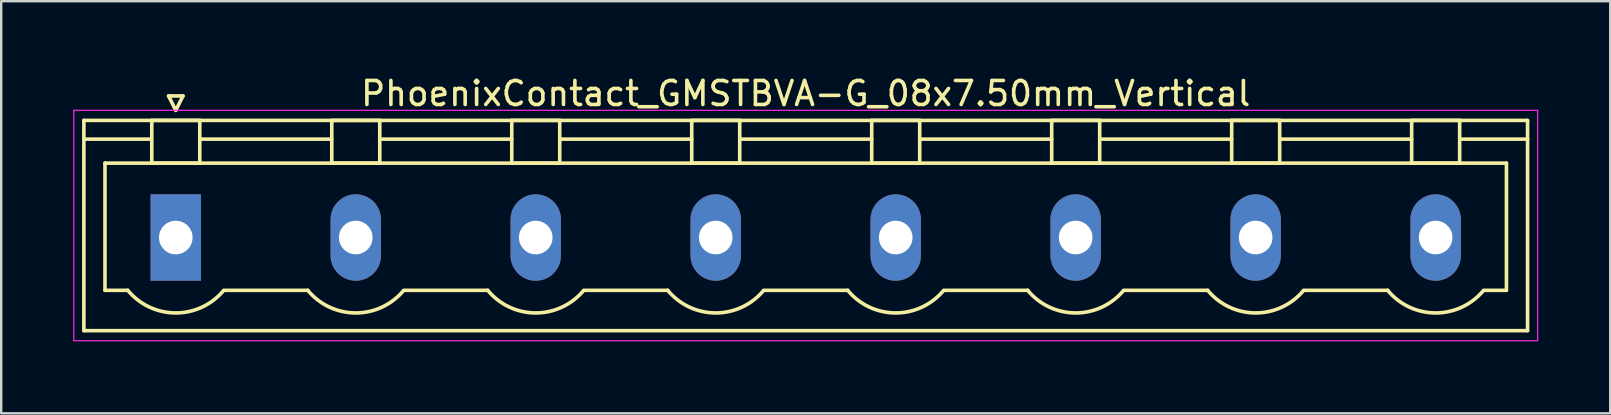
<source format=kicad_pcb>
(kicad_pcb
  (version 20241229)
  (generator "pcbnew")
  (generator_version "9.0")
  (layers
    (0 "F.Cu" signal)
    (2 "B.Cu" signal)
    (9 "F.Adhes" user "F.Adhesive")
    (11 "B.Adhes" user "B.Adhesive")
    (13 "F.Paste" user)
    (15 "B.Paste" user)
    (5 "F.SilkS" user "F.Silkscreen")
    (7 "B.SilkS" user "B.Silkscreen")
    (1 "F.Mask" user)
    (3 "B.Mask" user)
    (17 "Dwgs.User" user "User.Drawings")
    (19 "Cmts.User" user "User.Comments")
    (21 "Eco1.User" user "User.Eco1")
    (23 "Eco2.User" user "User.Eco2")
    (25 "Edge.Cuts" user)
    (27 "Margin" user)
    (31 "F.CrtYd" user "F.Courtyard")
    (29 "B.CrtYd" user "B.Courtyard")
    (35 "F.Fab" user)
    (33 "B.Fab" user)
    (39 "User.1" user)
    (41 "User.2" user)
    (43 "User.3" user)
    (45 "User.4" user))
  (footprint "PhoenixContact_GMSTBVA-G_08x7.50mm_Vertical"
    (layer "F.Cu")
    (at 4.275 6.848)
    (property "Reference" "PhoenixContact_GMSTBVA-G_08x7.50mm_Vertical" (at 26.25 -6 0) (layer "F.SilkS") (effects (font (size 1 1) (thickness 0.15))))
    (attr through_hole)
    (fp_line (start -3.83 -4.88) (end -3.83 3.88) (stroke (width 0.15) (type solid)) (layer "F.SilkS"))
    (fp_line (start -3.83 -4.1) (end -1.08 -4.1) (stroke (width 0.15) (type solid)) (layer "F.SilkS"))
    (fp_line (start -3.83 3.88) (end 56.33 3.88) (stroke (width 0.15) (type solid)) (layer "F.SilkS"))
    (fp_line (start -2.95 -3.1) (end 55.45 -3.1) (stroke (width 0.15) (type solid)) (layer "F.SilkS"))
    (fp_line (start -2.95 2.2) (end -2.95 -3.1) (stroke (width 0.15) (type solid)) (layer "F.SilkS"))
    (fp_line (start -2 2.2) (end -2.95 2.2) (stroke (width 0.15) (type solid)) (layer "F.SilkS"))
    (fp_line (start -1 -4.88) (end 1 -4.88) (stroke (width 0.15) (type solid)) (layer "F.SilkS"))
    (fp_line (start -1 -3.1) (end -1 -4.88) (stroke (width 0.15) (type solid)) (layer "F.SilkS"))
    (fp_line (start -0.3 -5.9) (end 0 -5.3) (stroke (width 0.15) (type solid)) (layer "F.SilkS"))
    (fp_line (start 0 -5.3) (end 0.3 -5.9) (stroke (width 0.15) (type solid)) (layer "F.SilkS"))
    (fp_line (start 0.3 -5.9) (end -0.3 -5.9) (stroke (width 0.15) (type solid)) (layer "F.SilkS"))
    (fp_line (start 1 -4.88) (end 1 -3.1) (stroke (width 0.15) (type solid)) (layer "F.SilkS"))
    (fp_line (start 1 -4.1) (end 6.5 -4.1) (stroke (width 0.15) (type solid)) (layer "F.SilkS"))
    (fp_line (start 1 -3.1) (end -1 -3.1) (stroke (width 0.15) (type solid)) (layer "F.SilkS"))
    (fp_line (start 2 2.2) (end 5.5 2.2) (stroke (width 0.15) (type solid)) (layer "F.SilkS"))
    (fp_line (start 6.5 -4.88) (end 8.5 -4.88) (stroke (width 0.15) (type solid)) (layer "F.SilkS"))
    (fp_line (start 6.5 -3.1) (end 6.5 -4.88) (stroke (width 0.15) (type solid)) (layer "F.SilkS"))
    (fp_line (start 8.5 -4.88) (end 8.5 -3.1) (stroke (width 0.15) (type solid)) (layer "F.SilkS"))
    (fp_line (start 8.5 -4.1) (end 14 -4.1) (stroke (width 0.15) (type solid)) (layer "F.SilkS"))
    (fp_line (start 8.5 -3.1) (end 6.5 -3.1) (stroke (width 0.15) (type solid)) (layer "F.SilkS"))
    (fp_line (start 9.5 2.2) (end 13 2.2) (stroke (width 0.15) (type solid)) (layer "F.SilkS"))
    (fp_line (start 14 -4.88) (end 16 -4.88) (stroke (width 0.15) (type solid)) (layer "F.SilkS"))
    (fp_line (start 14 -3.1) (end 14 -4.88) (stroke (width 0.15) (type solid)) (layer "F.SilkS"))
    (fp_line (start 16 -4.88) (end 16 -3.1) (stroke (width 0.15) (type solid)) (layer "F.SilkS"))
    (fp_line (start 16 -4.1) (end 21.5 -4.1) (stroke (width 0.15) (type solid)) (layer "F.SilkS"))
    (fp_line (start 16 -3.1) (end 14 -3.1) (stroke (width 0.15) (type solid)) (layer "F.SilkS"))
    (fp_line (start 17 2.2) (end 20.5 2.2) (stroke (width 0.15) (type solid)) (layer "F.SilkS"))
    (fp_line (start 21.5 -4.88) (end 23.5 -4.88) (stroke (width 0.15) (type solid)) (layer "F.SilkS"))
    (fp_line (start 21.5 -3.1) (end 21.5 -4.88) (stroke (width 0.15) (type solid)) (layer "F.SilkS"))
    (fp_line (start 23.5 -4.88) (end 23.5 -3.1) (stroke (width 0.15) (type solid)) (layer "F.SilkS"))
    (fp_line (start 23.5 -4.1) (end 29 -4.1) (stroke (width 0.15) (type solid)) (layer "F.SilkS"))
    (fp_line (start 23.5 -3.1) (end 21.5 -3.1) (stroke (width 0.15) (type solid)) (layer "F.SilkS"))
    (fp_line (start 24.5 2.2) (end 28 2.2) (stroke (width 0.15) (type solid)) (layer "F.SilkS"))
    (fp_line (start 29 -4.88) (end 31 -4.88) (stroke (width 0.15) (type solid)) (layer "F.SilkS"))
    (fp_line (start 29 -3.1) (end 29 -4.88) (stroke (width 0.15) (type solid)) (layer "F.SilkS"))
    (fp_line (start 31 -4.88) (end 31 -3.1) (stroke (width 0.15) (type solid)) (layer "F.SilkS"))
    (fp_line (start 31 -4.1) (end 36.5 -4.1) (stroke (width 0.15) (type solid)) (layer "F.SilkS"))
    (fp_line (start 31 -3.1) (end 29 -3.1) (stroke (width 0.15) (type solid)) (layer "F.SilkS"))
    (fp_line (start 32 2.2) (end 35.5 2.2) (stroke (width 0.15) (type solid)) (layer "F.SilkS"))
    (fp_line (start 36.5 -4.88) (end 38.5 -4.88) (stroke (width 0.15) (type solid)) (layer "F.SilkS"))
    (fp_line (start 36.5 -3.1) (end 36.5 -4.88) (stroke (width 0.15) (type solid)) (layer "F.SilkS"))
    (fp_line (start 38.5 -4.88) (end 38.5 -3.1) (stroke (width 0.15) (type solid)) (layer "F.SilkS"))
    (fp_line (start 38.5 -4.1) (end 44 -4.1) (stroke (width 0.15) (type solid)) (layer "F.SilkS"))
    (fp_line (start 38.5 -3.1) (end 36.5 -3.1) (stroke (width 0.15) (type solid)) (layer "F.SilkS"))
    (fp_line (start 39.5 2.2) (end 43 2.2) (stroke (width 0.15) (type solid)) (layer "F.SilkS"))
    (fp_line (start 44 -4.88) (end 46 -4.88) (stroke (width 0.15) (type solid)) (layer "F.SilkS"))
    (fp_line (start 44 -3.1) (end 44 -4.88) (stroke (width 0.15) (type solid)) (layer "F.SilkS"))
    (fp_line (start 46 -4.88) (end 46 -3.1) (stroke (width 0.15) (type solid)) (layer "F.SilkS"))
    (fp_line (start 46 -4.1) (end 51.5 -4.1) (stroke (width 0.15) (type solid)) (layer "F.SilkS"))
    (fp_line (start 46 -3.1) (end 44 -3.1) (stroke (width 0.15) (type solid)) (layer "F.SilkS"))
    (fp_line (start 47 2.2) (end 50.5 2.2) (stroke (width 0.15) (type solid)) (layer "F.SilkS"))
    (fp_line (start 51.5 -4.88) (end 53.5 -4.88) (stroke (width 0.15) (type solid)) (layer "F.SilkS"))
    (fp_line (start 51.5 -3.1) (end 51.5 -4.88) (stroke (width 0.15) (type solid)) (layer "F.SilkS"))
    (fp_line (start 53.5 -4.88) (end 53.5 -3.1) (stroke (width 0.15) (type solid)) (layer "F.SilkS"))
    (fp_line (start 53.5 -3.1) (end 51.5 -3.1) (stroke (width 0.15) (type solid)) (layer "F.SilkS"))
    (fp_line (start 55.45 -3.1) (end 55.45 2.2) (stroke (width 0.15) (type solid)) (layer "F.SilkS"))
    (fp_line (start 55.45 2.2) (end 54.5 2.2) (stroke (width 0.15) (type solid)) (layer "F.SilkS"))
    (fp_line (start 56.33 -4.88) (end -3.83 -4.88) (stroke (width 0.15) (type solid)) (layer "F.SilkS"))
    (fp_line (start 56.33 -4.1) (end 53.58 -4.1) (stroke (width 0.15) (type solid)) (layer "F.SilkS"))
    (fp_line (start 56.33 3.88) (end 56.33 -4.88) (stroke (width 0.15) (type solid)) (layer "F.SilkS"))
    (fp_arc (start 1.986842 2.215821) (mid -0.010289 3.142758) (end -2 2.2) (stroke (width 0.15) (type solid)) (layer "F.SilkS"))
    (fp_arc (start 9.486842 2.215821) (mid 7.489711 3.142758) (end 5.5 2.2) (stroke (width 0.15) (type solid)) (layer "F.SilkS"))
    (fp_arc (start 16.986842 2.215821) (mid 14.989711 3.142758) (end 13 2.2) (stroke (width 0.15) (type solid)) (layer "F.SilkS"))
    (fp_arc (start 24.486842 2.215821) (mid 22.489711 3.142758) (end 20.5 2.2) (stroke (width 0.15) (type solid)) (layer "F.SilkS"))
    (fp_arc (start 31.986842 2.215821) (mid 29.989711 3.142758) (end 28 2.2) (stroke (width 0.15) (type solid)) (layer "F.SilkS"))
    (fp_arc (start 39.486842 2.215821) (mid 37.489711 3.142758) (end 35.5 2.2) (stroke (width 0.15) (type solid)) (layer "F.SilkS"))
    (fp_arc (start 46.986842 2.215821) (mid 44.989711 3.142758) (end 43 2.2) (stroke (width 0.15) (type solid)) (layer "F.SilkS"))
    (fp_arc (start 54.486842 2.215821) (mid 52.489711 3.142758) (end 50.5 2.2) (stroke (width 0.15) (type solid)) (layer "F.SilkS"))
    (fp_line (start -4.25 -5.3) (end -4.25 4.3) (stroke (width 0.05) (type solid)) (layer "F.CrtYd"))
    (fp_line (start -4.25 4.3) (end 56.75 4.3) (stroke (width 0.05) (type solid)) (layer "F.CrtYd"))
    (fp_line (start 56.75 -5.3) (end -4.25 -5.3) (stroke (width 0.05) (type solid)) (layer "F.CrtYd"))
    (fp_line (start 56.75 4.3) (end 56.75 -5.3) (stroke (width 0.05) (type solid)) (layer "F.CrtYd"))
    (pad "1" thru_hole rect (at 0 0) (size 2.1 3.6) (drill 1.4) (layers "*.Cu" "*.Mask"))
    (pad "2" thru_hole oval (at 7.5 0) (size 2.1 3.6) (drill 1.4) (layers "*.Cu" "*.Mask"))
    (pad "3" thru_hole oval (at 15 0) (size 2.1 3.6) (drill 1.4) (layers "*.Cu" "*.Mask"))
    (pad "4" thru_hole oval (at 22.5 0) (size 2.1 3.6) (drill 1.4) (layers "*.Cu" "*.Mask"))
    (pad "5" thru_hole oval (at 30 0) (size 2.1 3.6) (drill 1.4) (layers "*.Cu" "*.Mask"))
    (pad "6" thru_hole oval (at 37.5 0) (size 2.1 3.6) (drill 1.4) (layers "*.Cu" "*.Mask"))
    (pad "7" thru_hole oval (at 45 0) (size 2.1 3.6) (drill 1.4) (layers "*.Cu" "*.Mask"))
    (pad "8" thru_hole oval (at 52.5 0) (size 2.1 3.6) (drill 1.4) (layers "*.Cu" "*.Mask")))
  (gr_rect
    (start -3 -3)
    (end 64.05 14.173)
    (stroke (width 0.1) (type default))
    (fill no)
    (layer "Edge.Cuts")))
</source>
